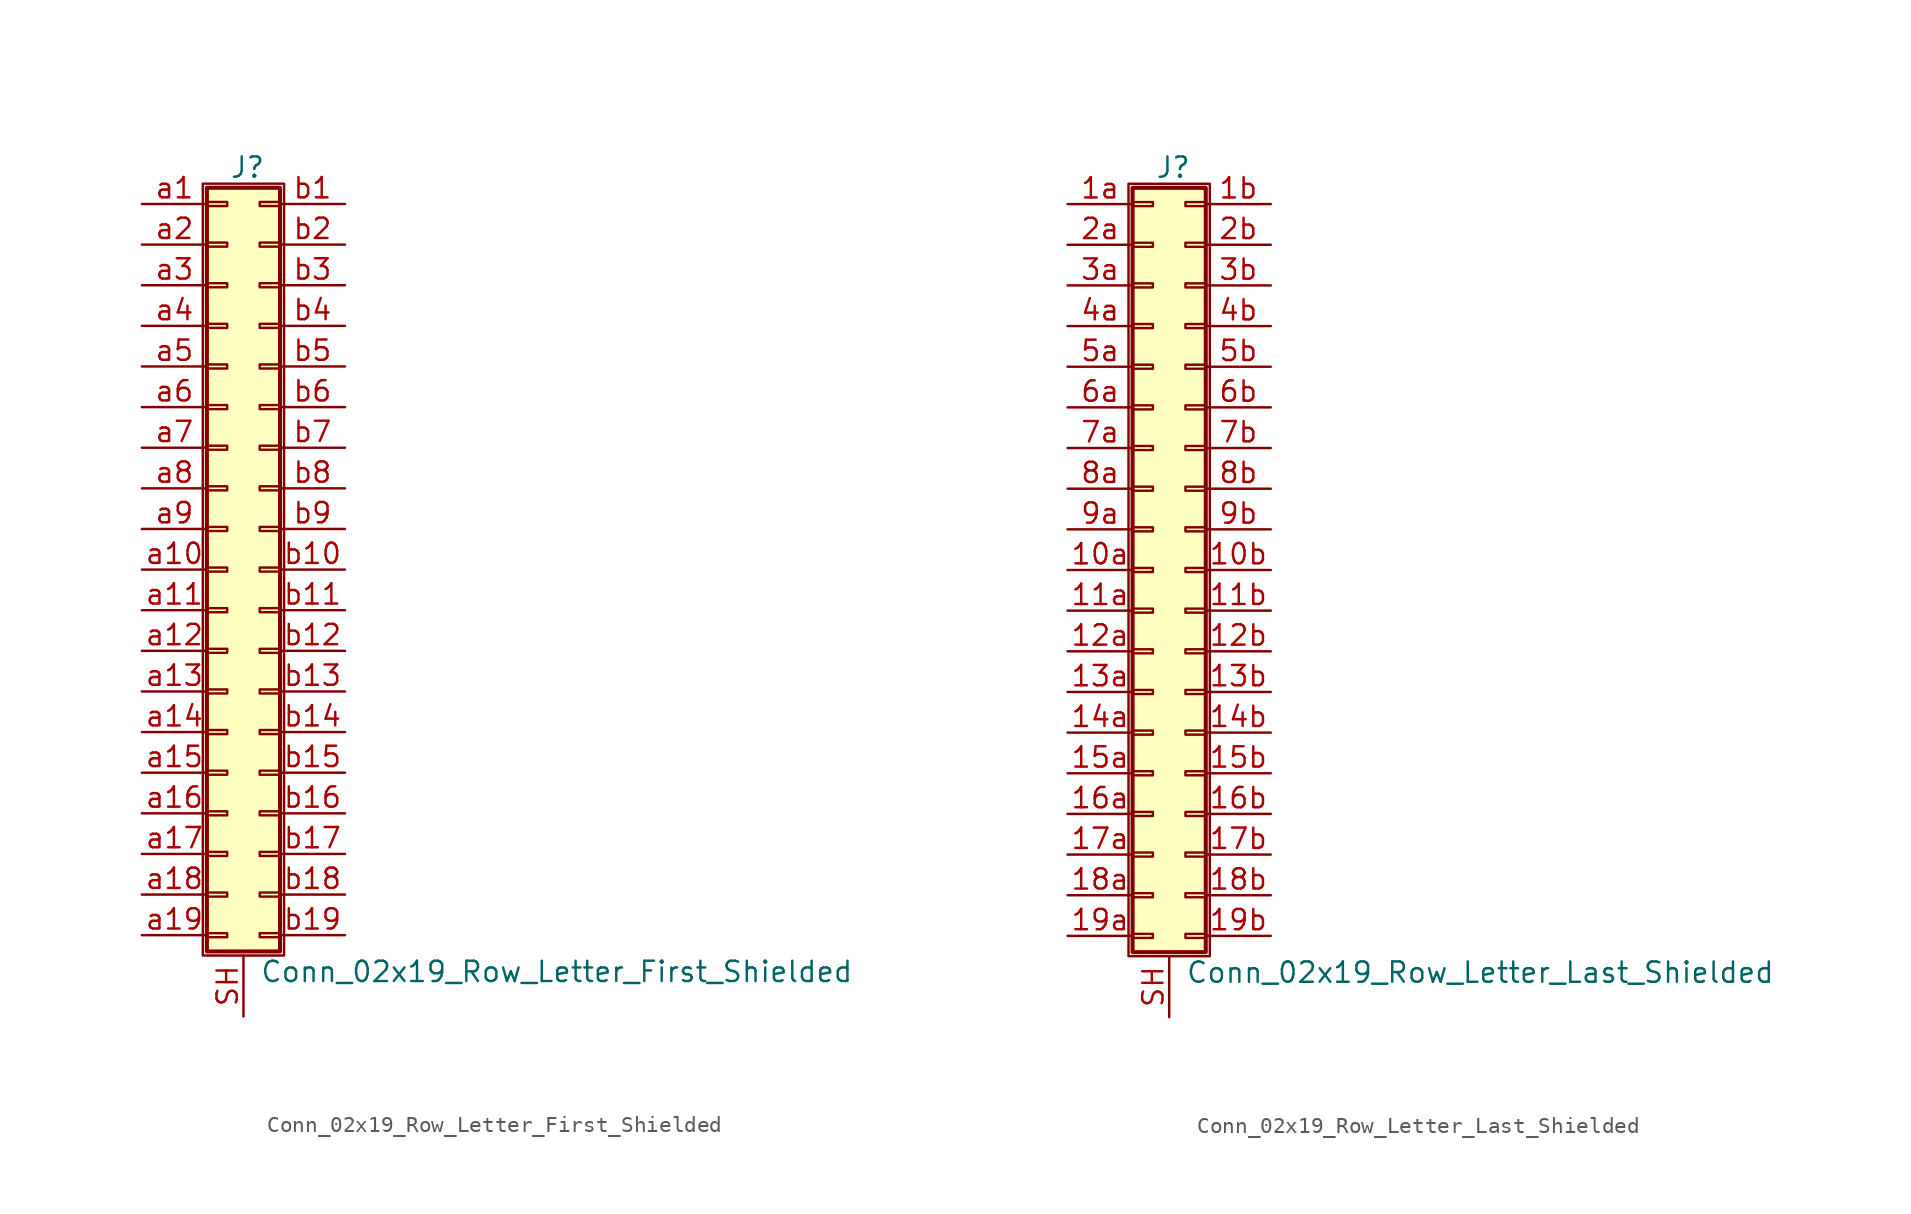
<source format=kicad_sym>
(kicad_symbol_lib
  (version 20220914)
  (generator kicad_symbol_editor)
  (symbol "Conn_02x19_Row_Letter_First_Shielded"
    (pin_names
      (offset 1.016) hide)
    (property "Reference" "J"
      (at 1.524 25.146 0)
      (effects (font (size 1.27 1.27))))
    (property "Value" "Conn_02x19_Row_Letter_First_Shielded"
      (at 2.286 -25.146 0)
      (effects (font (size 1.27 1.27)) (justify left)))
    (symbol "Conn_02x19_Row_Letter_First_Shielded_1_1"
      (rectangle (start -1.27 24.13) (end 3.81 -24.13) (stroke (width 0.152) (type default)) (fill (type none)))
      (rectangle (start -1.016 -22.733) (end 0.254 -22.987) (stroke (width 0.152) (type default)) (fill (type none)))
      (rectangle (start -1.016 -20.193) (end 0.254 -20.447) (stroke (width 0.152) (type default)) (fill (type none)))
      (rectangle (start -1.016 -17.653) (end 0.254 -17.907) (stroke (width 0.152) (type default)) (fill (type none)))
      (rectangle (start -1.016 -15.113) (end 0.254 -15.367) (stroke (width 0.152) (type default)) (fill (type none)))
      (rectangle (start -1.016 -12.573) (end 0.254 -12.827) (stroke (width 0.152) (type default)) (fill (type none)))
      (rectangle (start -1.016 -10.033) (end 0.254 -10.287) (stroke (width 0.152) (type default)) (fill (type none)))
      (rectangle (start -1.016 -7.493) (end 0.254 -7.747) (stroke (width 0.152) (type default)) (fill (type none)))
      (rectangle (start -1.016 -4.953) (end 0.254 -5.207) (stroke (width 0.152) (type default)) (fill (type none)))
      (rectangle (start -1.016 -2.413) (end 0.254 -2.667) (stroke (width 0.152) (type default)) (fill (type none)))
      (rectangle (start -1.016 0.127) (end 0.254 -0.127) (stroke (width 0.152) (type default)) (fill (type none)))
      (rectangle (start -1.016 2.667) (end 0.254 2.413) (stroke (width 0.152) (type default)) (fill (type none)))
      (rectangle (start -1.016 5.207) (end 0.254 4.953) (stroke (width 0.152) (type default)) (fill (type none)))
      (rectangle (start -1.016 7.747) (end 0.254 7.493) (stroke (width 0.152) (type default)) (fill (type none)))
      (rectangle (start -1.016 10.287) (end 0.254 10.033) (stroke (width 0.152) (type default)) (fill (type none)))
      (rectangle (start -1.016 12.827) (end 0.254 12.573) (stroke (width 0.152) (type default)) (fill (type none)))
      (rectangle (start -1.016 15.367) (end 0.254 15.113) (stroke (width 0.152) (type default)) (fill (type none)))
      (rectangle (start -1.016 17.907) (end 0.254 17.653) (stroke (width 0.152) (type default)) (fill (type none)))
      (rectangle (start -1.016 20.447) (end 0.254 20.193) (stroke (width 0.152) (type default)) (fill (type none)))
      (rectangle (start -1.016 22.987) (end 0.254 22.733) (stroke (width 0.152) (type default)) (fill (type none)))
      (rectangle (start -1.016 23.876) (end 3.556 -23.876) (stroke (width 0.254) (type default)) (fill (type background)))
      (rectangle (start 3.556 -22.733) (end 2.286 -22.987) (stroke (width 0.152) (type default)) (fill (type none)))
      (rectangle (start 3.556 -20.193) (end 2.286 -20.447) (stroke (width 0.152) (type default)) (fill (type none)))
      (rectangle (start 3.556 -17.653) (end 2.286 -17.907) (stroke (width 0.152) (type default)) (fill (type none)))
      (rectangle (start 3.556 -15.113) (end 2.286 -15.367) (stroke (width 0.152) (type default)) (fill (type none)))
      (rectangle (start 3.556 -12.573) (end 2.286 -12.827) (stroke (width 0.152) (type default)) (fill (type none)))
      (rectangle (start 3.556 -10.033) (end 2.286 -10.287) (stroke (width 0.152) (type default)) (fill (type none)))
      (rectangle (start 3.556 -7.493) (end 2.286 -7.747) (stroke (width 0.152) (type default)) (fill (type none)))
      (rectangle (start 3.556 -4.953) (end 2.286 -5.207) (stroke (width 0.152) (type default)) (fill (type none)))
      (rectangle (start 3.556 -2.413) (end 2.286 -2.667) (stroke (width 0.152) (type default)) (fill (type none)))
      (rectangle (start 3.556 0.127) (end 2.286 -0.127) (stroke (width 0.152) (type default)) (fill (type none)))
      (rectangle (start 3.556 2.667) (end 2.286 2.413) (stroke (width 0.152) (type default)) (fill (type none)))
      (rectangle (start 3.556 5.207) (end 2.286 4.953) (stroke (width 0.152) (type default)) (fill (type none)))
      (rectangle (start 3.556 7.747) (end 2.286 7.493) (stroke (width 0.152) (type default)) (fill (type none)))
      (rectangle (start 3.556 10.287) (end 2.286 10.033) (stroke (width 0.152) (type default)) (fill (type none)))
      (rectangle (start 3.556 12.827) (end 2.286 12.573) (stroke (width 0.152) (type default)) (fill (type none)))
      (rectangle (start 3.556 15.367) (end 2.286 15.113) (stroke (width 0.152) (type default)) (fill (type none)))
      (rectangle (start 3.556 17.907) (end 2.286 17.653) (stroke (width 0.152) (type default)) (fill (type none)))
      (rectangle (start 3.556 20.447) (end 2.286 20.193) (stroke (width 0.152) (type default)) (fill (type none)))
      (rectangle (start 3.556 22.987) (end 2.286 22.733) (stroke (width 0.152) (type default)) (fill (type none)))
      (pin passive line (at 1.27 -27.94 90) (length 3.81) (name "Shield" (effects (font (size 1.27 1.27)))) (number "SH" (effects (font (size 1.27 1.27)))))
      (pin passive line (at -5.08 22.86 0) (length 4.064) (name "Pin_a1" (effects (font (size 1.27 1.27)))) (number "a1" (effects (font (size 1.27 1.27)))))
      (pin passive line (at -5.08 0 0) (length 4.064) (name "Pin_a10" (effects (font (size 1.27 1.27)))) (number "a10" (effects (font (size 1.27 1.27)))))
      (pin passive line (at -5.08 -2.54 0) (length 4.064) (name "Pin_a11" (effects (font (size 1.27 1.27)))) (number "a11" (effects (font (size 1.27 1.27)))))
      (pin passive line (at -5.08 -5.08 0) (length 4.064) (name "Pin_a12" (effects (font (size 1.27 1.27)))) (number "a12" (effects (font (size 1.27 1.27)))))
      (pin passive line (at -5.08 -7.62 0) (length 4.064) (name "Pin_a13" (effects (font (size 1.27 1.27)))) (number "a13" (effects (font (size 1.27 1.27)))))
      (pin passive line (at -5.08 -10.16 0) (length 4.064) (name "Pin_a14" (effects (font (size 1.27 1.27)))) (number "a14" (effects (font (size 1.27 1.27)))))
      (pin passive line (at -5.08 -12.7 0) (length 4.064) (name "Pin_a15" (effects (font (size 1.27 1.27)))) (number "a15" (effects (font (size 1.27 1.27)))))
      (pin passive line (at -5.08 -15.24 0) (length 4.064) (name "Pin_a16" (effects (font (size 1.27 1.27)))) (number "a16" (effects (font (size 1.27 1.27)))))
      (pin passive line (at -5.08 -17.78 0) (length 4.064) (name "Pin_a17" (effects (font (size 1.27 1.27)))) (number "a17" (effects (font (size 1.27 1.27)))))
      (pin passive line (at -5.08 -20.32 0) (length 4.064) (name "Pin_a18" (effects (font (size 1.27 1.27)))) (number "a18" (effects (font (size 1.27 1.27)))))
      (pin passive line (at -5.08 -22.86 0) (length 4.064) (name "Pin_a19" (effects (font (size 1.27 1.27)))) (number "a19" (effects (font (size 1.27 1.27)))))
      (pin passive line (at -5.08 20.32 0) (length 4.064) (name "Pin_a2" (effects (font (size 1.27 1.27)))) (number "a2" (effects (font (size 1.27 1.27)))))
      (pin passive line (at -5.08 17.78 0) (length 4.064) (name "Pin_a3" (effects (font (size 1.27 1.27)))) (number "a3" (effects (font (size 1.27 1.27)))))
      (pin passive line (at -5.08 15.24 0) (length 4.064) (name "Pin_a4" (effects (font (size 1.27 1.27)))) (number "a4" (effects (font (size 1.27 1.27)))))
      (pin passive line (at -5.08 12.7 0) (length 4.064) (name "Pin_a5" (effects (font (size 1.27 1.27)))) (number "a5" (effects (font (size 1.27 1.27)))))
      (pin passive line (at -5.08 10.16 0) (length 4.064) (name "Pin_a6" (effects (font (size 1.27 1.27)))) (number "a6" (effects (font (size 1.27 1.27)))))
      (pin passive line (at -5.08 7.62 0) (length 4.064) (name "Pin_a7" (effects (font (size 1.27 1.27)))) (number "a7" (effects (font (size 1.27 1.27)))))
      (pin passive line (at -5.08 5.08 0) (length 4.064) (name "Pin_a8" (effects (font (size 1.27 1.27)))) (number "a8" (effects (font (size 1.27 1.27)))))
      (pin passive line (at -5.08 2.54 0) (length 4.064) (name "Pin_a9" (effects (font (size 1.27 1.27)))) (number "a9" (effects (font (size 1.27 1.27)))))
      (pin passive line (at 7.62 22.86 180) (length 4.064) (name "Pin_b1" (effects (font (size 1.27 1.27)))) (number "b1" (effects (font (size 1.27 1.27)))))
      (pin passive line (at 7.62 0 180) (length 4.064) (name "Pin_b10" (effects (font (size 1.27 1.27)))) (number "b10" (effects (font (size 1.27 1.27)))))
      (pin passive line (at 7.62 -2.54 180) (length 4.064) (name "Pin_b11" (effects (font (size 1.27 1.27)))) (number "b11" (effects (font (size 1.27 1.27)))))
      (pin passive line (at 7.62 -5.08 180) (length 4.064) (name "Pin_b12" (effects (font (size 1.27 1.27)))) (number "b12" (effects (font (size 1.27 1.27)))))
      (pin passive line (at 7.62 -7.62 180) (length 4.064) (name "Pin_b13" (effects (font (size 1.27 1.27)))) (number "b13" (effects (font (size 1.27 1.27)))))
      (pin passive line (at 7.62 -10.16 180) (length 4.064) (name "Pin_b14" (effects (font (size 1.27 1.27)))) (number "b14" (effects (font (size 1.27 1.27)))))
      (pin passive line (at 7.62 -12.7 180) (length 4.064) (name "Pin_b15" (effects (font (size 1.27 1.27)))) (number "b15" (effects (font (size 1.27 1.27)))))
      (pin passive line (at 7.62 -15.24 180) (length 4.064) (name "Pin_b16" (effects (font (size 1.27 1.27)))) (number "b16" (effects (font (size 1.27 1.27)))))
      (pin passive line (at 7.62 -17.78 180) (length 4.064) (name "Pin_b17" (effects (font (size 1.27 1.27)))) (number "b17" (effects (font (size 1.27 1.27)))))
      (pin passive line (at 7.62 -20.32 180) (length 4.064) (name "Pin_b18" (effects (font (size 1.27 1.27)))) (number "b18" (effects (font (size 1.27 1.27)))))
      (pin passive line (at 7.62 -22.86 180) (length 4.064) (name "Pin_b19" (effects (font (size 1.27 1.27)))) (number "b19" (effects (font (size 1.27 1.27)))))
      (pin passive line (at 7.62 20.32 180) (length 4.064) (name "Pin_b2" (effects (font (size 1.27 1.27)))) (number "b2" (effects (font (size 1.27 1.27)))))
      (pin passive line (at 7.62 17.78 180) (length 4.064) (name "Pin_b3" (effects (font (size 1.27 1.27)))) (number "b3" (effects (font (size 1.27 1.27)))))
      (pin passive line (at 7.62 15.24 180) (length 4.064) (name "Pin_b4" (effects (font (size 1.27 1.27)))) (number "b4" (effects (font (size 1.27 1.27)))))
      (pin passive line (at 7.62 12.7 180) (length 4.064) (name "Pin_b5" (effects (font (size 1.27 1.27)))) (number "b5" (effects (font (size 1.27 1.27)))))
      (pin passive line (at 7.62 10.16 180) (length 4.064) (name "Pin_b6" (effects (font (size 1.27 1.27)))) (number "b6" (effects (font (size 1.27 1.27)))))
      (pin passive line (at 7.62 7.62 180) (length 4.064) (name "Pin_b7" (effects (font (size 1.27 1.27)))) (number "b7" (effects (font (size 1.27 1.27)))))
      (pin passive line (at 7.62 5.08 180) (length 4.064) (name "Pin_b8" (effects (font (size 1.27 1.27)))) (number "b8" (effects (font (size 1.27 1.27)))))
      (pin passive line (at 7.62 2.54 180) (length 4.064) (name "Pin_b9" (effects (font (size 1.27 1.27)))) (number "b9" (effects (font (size 1.27 1.27)))))))
  (symbol "Conn_02x19_Row_Letter_Last_Shielded"
    (pin_names
      (offset 1.016) hide)
    (property "Reference" "J"
      (at 1.524 25.146 0)
      (effects (font (size 1.27 1.27))))
    (property "Value" "Conn_02x19_Row_Letter_Last_Shielded"
      (at 2.286 -25.146 0)
      (effects (font (size 1.27 1.27)) (justify left)))
    (symbol "Conn_02x19_Row_Letter_Last_Shielded_1_1"
      (rectangle (start -1.27 24.13) (end 3.81 -24.13) (stroke (width 0.152) (type default)) (fill (type none)))
      (rectangle (start -1.016 -22.733) (end 0.254 -22.987) (stroke (width 0.152) (type default)) (fill (type none)))
      (rectangle (start -1.016 -20.193) (end 0.254 -20.447) (stroke (width 0.152) (type default)) (fill (type none)))
      (rectangle (start -1.016 -17.653) (end 0.254 -17.907) (stroke (width 0.152) (type default)) (fill (type none)))
      (rectangle (start -1.016 -15.113) (end 0.254 -15.367) (stroke (width 0.152) (type default)) (fill (type none)))
      (rectangle (start -1.016 -12.573) (end 0.254 -12.827) (stroke (width 0.152) (type default)) (fill (type none)))
      (rectangle (start -1.016 -10.033) (end 0.254 -10.287) (stroke (width 0.152) (type default)) (fill (type none)))
      (rectangle (start -1.016 -7.493) (end 0.254 -7.747) (stroke (width 0.152) (type default)) (fill (type none)))
      (rectangle (start -1.016 -4.953) (end 0.254 -5.207) (stroke (width 0.152) (type default)) (fill (type none)))
      (rectangle (start -1.016 -2.413) (end 0.254 -2.667) (stroke (width 0.152) (type default)) (fill (type none)))
      (rectangle (start -1.016 0.127) (end 0.254 -0.127) (stroke (width 0.152) (type default)) (fill (type none)))
      (rectangle (start -1.016 2.667) (end 0.254 2.413) (stroke (width 0.152) (type default)) (fill (type none)))
      (rectangle (start -1.016 5.207) (end 0.254 4.953) (stroke (width 0.152) (type default)) (fill (type none)))
      (rectangle (start -1.016 7.747) (end 0.254 7.493) (stroke (width 0.152) (type default)) (fill (type none)))
      (rectangle (start -1.016 10.287) (end 0.254 10.033) (stroke (width 0.152) (type default)) (fill (type none)))
      (rectangle (start -1.016 12.827) (end 0.254 12.573) (stroke (width 0.152) (type default)) (fill (type none)))
      (rectangle (start -1.016 15.367) (end 0.254 15.113) (stroke (width 0.152) (type default)) (fill (type none)))
      (rectangle (start -1.016 17.907) (end 0.254 17.653) (stroke (width 0.152) (type default)) (fill (type none)))
      (rectangle (start -1.016 20.447) (end 0.254 20.193) (stroke (width 0.152) (type default)) (fill (type none)))
      (rectangle (start -1.016 22.987) (end 0.254 22.733) (stroke (width 0.152) (type default)) (fill (type none)))
      (rectangle (start -1.016 23.876) (end 3.556 -23.876) (stroke (width 0.254) (type default)) (fill (type background)))
      (rectangle (start 3.556 -22.733) (end 2.286 -22.987) (stroke (width 0.152) (type default)) (fill (type none)))
      (rectangle (start 3.556 -20.193) (end 2.286 -20.447) (stroke (width 0.152) (type default)) (fill (type none)))
      (rectangle (start 3.556 -17.653) (end 2.286 -17.907) (stroke (width 0.152) (type default)) (fill (type none)))
      (rectangle (start 3.556 -15.113) (end 2.286 -15.367) (stroke (width 0.152) (type default)) (fill (type none)))
      (rectangle (start 3.556 -12.573) (end 2.286 -12.827) (stroke (width 0.152) (type default)) (fill (type none)))
      (rectangle (start 3.556 -10.033) (end 2.286 -10.287) (stroke (width 0.152) (type default)) (fill (type none)))
      (rectangle (start 3.556 -7.493) (end 2.286 -7.747) (stroke (width 0.152) (type default)) (fill (type none)))
      (rectangle (start 3.556 -4.953) (end 2.286 -5.207) (stroke (width 0.152) (type default)) (fill (type none)))
      (rectangle (start 3.556 -2.413) (end 2.286 -2.667) (stroke (width 0.152) (type default)) (fill (type none)))
      (rectangle (start 3.556 0.127) (end 2.286 -0.127) (stroke (width 0.152) (type default)) (fill (type none)))
      (rectangle (start 3.556 2.667) (end 2.286 2.413) (stroke (width 0.152) (type default)) (fill (type none)))
      (rectangle (start 3.556 5.207) (end 2.286 4.953) (stroke (width 0.152) (type default)) (fill (type none)))
      (rectangle (start 3.556 7.747) (end 2.286 7.493) (stroke (width 0.152) (type default)) (fill (type none)))
      (rectangle (start 3.556 10.287) (end 2.286 10.033) (stroke (width 0.152) (type default)) (fill (type none)))
      (rectangle (start 3.556 12.827) (end 2.286 12.573) (stroke (width 0.152) (type default)) (fill (type none)))
      (rectangle (start 3.556 15.367) (end 2.286 15.113) (stroke (width 0.152) (type default)) (fill (type none)))
      (rectangle (start 3.556 17.907) (end 2.286 17.653) (stroke (width 0.152) (type default)) (fill (type none)))
      (rectangle (start 3.556 20.447) (end 2.286 20.193) (stroke (width 0.152) (type default)) (fill (type none)))
      (rectangle (start 3.556 22.987) (end 2.286 22.733) (stroke (width 0.152) (type default)) (fill (type none)))
      (pin passive line (at -5.08 0 0) (length 4.064) (name "Pin_10a" (effects (font (size 1.27 1.27)))) (number "10a" (effects (font (size 1.27 1.27)))))
      (pin passive line (at 7.62 0 180) (length 4.064) (name "Pin_10b" (effects (font (size 1.27 1.27)))) (number "10b" (effects (font (size 1.27 1.27)))))
      (pin passive line (at -5.08 -2.54 0) (length 4.064) (name "Pin_11a" (effects (font (size 1.27 1.27)))) (number "11a" (effects (font (size 1.27 1.27)))))
      (pin passive line (at 7.62 -2.54 180) (length 4.064) (name "Pin_11b" (effects (font (size 1.27 1.27)))) (number "11b" (effects (font (size 1.27 1.27)))))
      (pin passive line (at -5.08 -5.08 0) (length 4.064) (name "Pin_12a" (effects (font (size 1.27 1.27)))) (number "12a" (effects (font (size 1.27 1.27)))))
      (pin passive line (at 7.62 -5.08 180) (length 4.064) (name "Pin_12b" (effects (font (size 1.27 1.27)))) (number "12b" (effects (font (size 1.27 1.27)))))
      (pin passive line (at -5.08 -7.62 0) (length 4.064) (name "Pin_13a" (effects (font (size 1.27 1.27)))) (number "13a" (effects (font (size 1.27 1.27)))))
      (pin passive line (at 7.62 -7.62 180) (length 4.064) (name "Pin_13b" (effects (font (size 1.27 1.27)))) (number "13b" (effects (font (size 1.27 1.27)))))
      (pin passive line (at -5.08 -10.16 0) (length 4.064) (name "Pin_14a" (effects (font (size 1.27 1.27)))) (number "14a" (effects (font (size 1.27 1.27)))))
      (pin passive line (at 7.62 -10.16 180) (length 4.064) (name "Pin_14b" (effects (font (size 1.27 1.27)))) (number "14b" (effects (font (size 1.27 1.27)))))
      (pin passive line (at -5.08 -12.7 0) (length 4.064) (name "Pin_15a" (effects (font (size 1.27 1.27)))) (number "15a" (effects (font (size 1.27 1.27)))))
      (pin passive line (at 7.62 -12.7 180) (length 4.064) (name "Pin_15b" (effects (font (size 1.27 1.27)))) (number "15b" (effects (font (size 1.27 1.27)))))
      (pin passive line (at -5.08 -15.24 0) (length 4.064) (name "Pin_16a" (effects (font (size 1.27 1.27)))) (number "16a" (effects (font (size 1.27 1.27)))))
      (pin passive line (at 7.62 -15.24 180) (length 4.064) (name "Pin_16b" (effects (font (size 1.27 1.27)))) (number "16b" (effects (font (size 1.27 1.27)))))
      (pin passive line (at -5.08 -17.78 0) (length 4.064) (name "Pin_17a" (effects (font (size 1.27 1.27)))) (number "17a" (effects (font (size 1.27 1.27)))))
      (pin passive line (at 7.62 -17.78 180) (length 4.064) (name "Pin_17b" (effects (font (size 1.27 1.27)))) (number "17b" (effects (font (size 1.27 1.27)))))
      (pin passive line (at -5.08 -20.32 0) (length 4.064) (name "Pin_18a" (effects (font (size 1.27 1.27)))) (number "18a" (effects (font (size 1.27 1.27)))))
      (pin passive line (at 7.62 -20.32 180) (length 4.064) (name "Pin_18b" (effects (font (size 1.27 1.27)))) (number "18b" (effects (font (size 1.27 1.27)))))
      (pin passive line (at -5.08 -22.86 0) (length 4.064) (name "Pin_19a" (effects (font (size 1.27 1.27)))) (number "19a" (effects (font (size 1.27 1.27)))))
      (pin passive line (at 7.62 -22.86 180) (length 4.064) (name "Pin_19b" (effects (font (size 1.27 1.27)))) (number "19b" (effects (font (size 1.27 1.27)))))
      (pin passive line (at -5.08 22.86 0) (length 4.064) (name "Pin_1a" (effects (font (size 1.27 1.27)))) (number "1a" (effects (font (size 1.27 1.27)))))
      (pin passive line (at 7.62 22.86 180) (length 4.064) (name "Pin_1b" (effects (font (size 1.27 1.27)))) (number "1b" (effects (font (size 1.27 1.27)))))
      (pin passive line (at -5.08 20.32 0) (length 4.064) (name "Pin_2a" (effects (font (size 1.27 1.27)))) (number "2a" (effects (font (size 1.27 1.27)))))
      (pin passive line (at 7.62 20.32 180) (length 4.064) (name "Pin_2b" (effects (font (size 1.27 1.27)))) (number "2b" (effects (font (size 1.27 1.27)))))
      (pin passive line (at -5.08 17.78 0) (length 4.064) (name "Pin_3a" (effects (font (size 1.27 1.27)))) (number "3a" (effects (font (size 1.27 1.27)))))
      (pin passive line (at 7.62 17.78 180) (length 4.064) (name "Pin_3b" (effects (font (size 1.27 1.27)))) (number "3b" (effects (font (size 1.27 1.27)))))
      (pin passive line (at -5.08 15.24 0) (length 4.064) (name "Pin_4a" (effects (font (size 1.27 1.27)))) (number "4a" (effects (font (size 1.27 1.27)))))
      (pin passive line (at 7.62 15.24 180) (length 4.064) (name "Pin_4b" (effects (font (size 1.27 1.27)))) (number "4b" (effects (font (size 1.27 1.27)))))
      (pin passive line (at -5.08 12.7 0) (length 4.064) (name "Pin_5a" (effects (font (size 1.27 1.27)))) (number "5a" (effects (font (size 1.27 1.27)))))
      (pin passive line (at 7.62 12.7 180) (length 4.064) (name "Pin_5b" (effects (font (size 1.27 1.27)))) (number "5b" (effects (font (size 1.27 1.27)))))
      (pin passive line (at -5.08 10.16 0) (length 4.064) (name "Pin_6a" (effects (font (size 1.27 1.27)))) (number "6a" (effects (font (size 1.27 1.27)))))
      (pin passive line (at 7.62 10.16 180) (length 4.064) (name "Pin_6b" (effects (font (size 1.27 1.27)))) (number "6b" (effects (font (size 1.27 1.27)))))
      (pin passive line (at -5.08 7.62 0) (length 4.064) (name "Pin_7a" (effects (font (size 1.27 1.27)))) (number "7a" (effects (font (size 1.27 1.27)))))
      (pin passive line (at 7.62 7.62 180) (length 4.064) (name "Pin_7b" (effects (font (size 1.27 1.27)))) (number "7b" (effects (font (size 1.27 1.27)))))
      (pin passive line (at -5.08 5.08 0) (length 4.064) (name "Pin_8a" (effects (font (size 1.27 1.27)))) (number "8a" (effects (font (size 1.27 1.27)))))
      (pin passive line (at 7.62 5.08 180) (length 4.064) (name "Pin_8b" (effects (font (size 1.27 1.27)))) (number "8b" (effects (font (size 1.27 1.27)))))
      (pin passive line (at -5.08 2.54 0) (length 4.064) (name "Pin_9a" (effects (font (size 1.27 1.27)))) (number "9a" (effects (font (size 1.27 1.27)))))
      (pin passive line (at 7.62 2.54 180) (length 4.064) (name "Pin_9b" (effects (font (size 1.27 1.27)))) (number "9b" (effects (font (size 1.27 1.27)))))
      (pin passive line (at 1.27 -27.94 90) (length 3.81) (name "Shield" (effects (font (size 1.27 1.27)))) (number "SH" (effects (font (size 1.27 1.27))))))))
</source>
